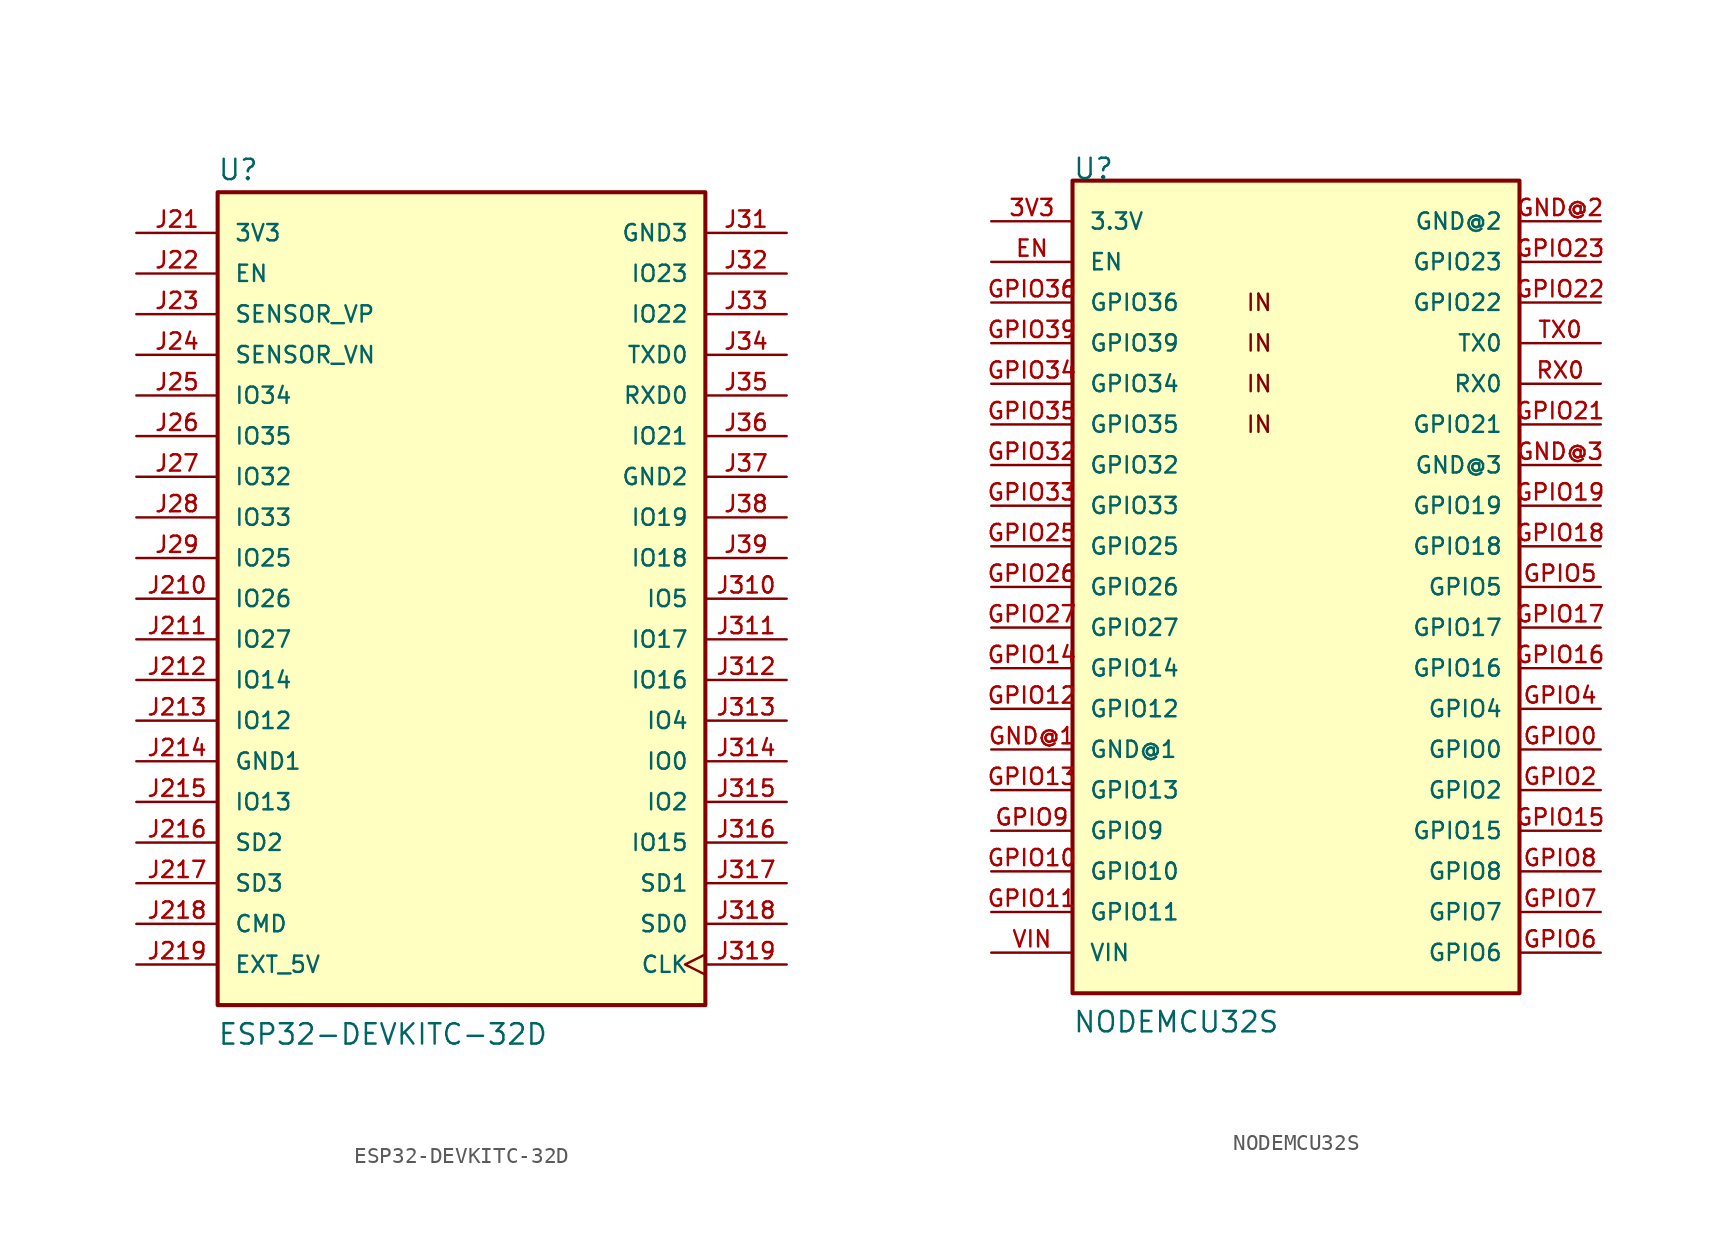
<source format=kicad_sym>
(kicad_symbol_lib
  (version 20211014)
  (generator kicad_symbol_editor)
  (symbol "ESP32-DEVKITC-32D"
    (pin_names
      (offset 1.016))
    (property "Reference" "U"
      (at -15.265 26.06 0)
      (effects (font (size 1.27 1.27)) (justify left bottom)))
    (property "Value" "ESP32-DEVKITC-32D"
      (at -15.265 -27.965 0)
      (effects (font (size 1.27 1.27)) (justify left bottom)))
    (symbol "ESP32-DEVKITC-32D_0_0"
      (rectangle (start -15.24 -25.4) (end 15.24 25.4) (stroke (width 0.254) (type default) (color 0 0 0 0)) (fill (type background)))
      (pin power_in line (at -20.32 22.86 0) (length 5.08) (name "3V3" (effects (font (size 1.016 1.016)))) (number "J21" (effects (font (size 1.016 1.016)))))
      (pin bidirectional line (at -20.32 0 0) (length 5.08) (name "IO26" (effects (font (size 1.016 1.016)))) (number "J210" (effects (font (size 1.016 1.016)))))
      (pin bidirectional line (at -20.32 -2.54 0) (length 5.08) (name "IO27" (effects (font (size 1.016 1.016)))) (number "J211" (effects (font (size 1.016 1.016)))))
      (pin bidirectional line (at -20.32 -5.08 0) (length 5.08) (name "IO14" (effects (font (size 1.016 1.016)))) (number "J212" (effects (font (size 1.016 1.016)))))
      (pin bidirectional line (at -20.32 -7.62 0) (length 5.08) (name "IO12" (effects (font (size 1.016 1.016)))) (number "J213" (effects (font (size 1.016 1.016)))))
      (pin power_in line (at -20.32 -10.16 0) (length 5.08) (name "GND1" (effects (font (size 1.016 1.016)))) (number "J214" (effects (font (size 1.016 1.016)))))
      (pin bidirectional line (at -20.32 -12.7 0) (length 5.08) (name "IO13" (effects (font (size 1.016 1.016)))) (number "J215" (effects (font (size 1.016 1.016)))))
      (pin bidirectional line (at -20.32 -15.24 0) (length 5.08) (name "SD2" (effects (font (size 1.016 1.016)))) (number "J216" (effects (font (size 1.016 1.016)))))
      (pin bidirectional line (at -20.32 -17.78 0) (length 5.08) (name "SD3" (effects (font (size 1.016 1.016)))) (number "J217" (effects (font (size 1.016 1.016)))))
      (pin bidirectional line (at -20.32 -20.32 0) (length 5.08) (name "CMD" (effects (font (size 1.016 1.016)))) (number "J218" (effects (font (size 1.016 1.016)))))
      (pin power_in line (at -20.32 -22.86 0) (length 5.08) (name "EXT_5V" (effects (font (size 1.016 1.016)))) (number "J219" (effects (font (size 1.016 1.016)))))
      (pin input line (at -20.32 20.32 0) (length 5.08) (name "EN" (effects (font (size 1.016 1.016)))) (number "J22" (effects (font (size 1.016 1.016)))))
      (pin input line (at -20.32 17.78 0) (length 5.08) (name "SENSOR_VP" (effects (font (size 1.016 1.016)))) (number "J23" (effects (font (size 1.016 1.016)))))
      (pin input line (at -20.32 15.24 0) (length 5.08) (name "SENSOR_VN" (effects (font (size 1.016 1.016)))) (number "J24" (effects (font (size 1.016 1.016)))))
      (pin bidirectional line (at -20.32 12.7 0) (length 5.08) (name "IO34" (effects (font (size 1.016 1.016)))) (number "J25" (effects (font (size 1.016 1.016)))))
      (pin bidirectional line (at -20.32 10.16 0) (length 5.08) (name "IO35" (effects (font (size 1.016 1.016)))) (number "J26" (effects (font (size 1.016 1.016)))))
      (pin bidirectional line (at -20.32 7.62 0) (length 5.08) (name "IO32" (effects (font (size 1.016 1.016)))) (number "J27" (effects (font (size 1.016 1.016)))))
      (pin bidirectional line (at -20.32 5.08 0) (length 5.08) (name "IO33" (effects (font (size 1.016 1.016)))) (number "J28" (effects (font (size 1.016 1.016)))))
      (pin bidirectional line (at -20.32 2.54 0) (length 5.08) (name "IO25" (effects (font (size 1.016 1.016)))) (number "J29" (effects (font (size 1.016 1.016)))))
      (pin power_in line (at 20.32 22.86 180) (length 5.08) (name "GND3" (effects (font (size 1.016 1.016)))) (number "J31" (effects (font (size 1.016 1.016)))))
      (pin bidirectional line (at 20.32 0 180) (length 5.08) (name "IO5" (effects (font (size 1.016 1.016)))) (number "J310" (effects (font (size 1.016 1.016)))))
      (pin bidirectional line (at 20.32 -2.54 180) (length 5.08) (name "IO17" (effects (font (size 1.016 1.016)))) (number "J311" (effects (font (size 1.016 1.016)))))
      (pin bidirectional line (at 20.32 -5.08 180) (length 5.08) (name "IO16" (effects (font (size 1.016 1.016)))) (number "J312" (effects (font (size 1.016 1.016)))))
      (pin bidirectional line (at 20.32 -7.62 180) (length 5.08) (name "IO4" (effects (font (size 1.016 1.016)))) (number "J313" (effects (font (size 1.016 1.016)))))
      (pin bidirectional line (at 20.32 -10.16 180) (length 5.08) (name "IO0" (effects (font (size 1.016 1.016)))) (number "J314" (effects (font (size 1.016 1.016)))))
      (pin bidirectional line (at 20.32 -12.7 180) (length 5.08) (name "IO2" (effects (font (size 1.016 1.016)))) (number "J315" (effects (font (size 1.016 1.016)))))
      (pin bidirectional line (at 20.32 -15.24 180) (length 5.08) (name "IO15" (effects (font (size 1.016 1.016)))) (number "J316" (effects (font (size 1.016 1.016)))))
      (pin bidirectional line (at 20.32 -17.78 180) (length 5.08) (name "SD1" (effects (font (size 1.016 1.016)))) (number "J317" (effects (font (size 1.016 1.016)))))
      (pin bidirectional line (at 20.32 -20.32 180) (length 5.08) (name "SD0" (effects (font (size 1.016 1.016)))) (number "J318" (effects (font (size 1.016 1.016)))))
      (pin input clock (at 20.32 -22.86 180) (length 5.08) (name "CLK" (effects (font (size 1.016 1.016)))) (number "J319" (effects (font (size 1.016 1.016)))))
      (pin bidirectional line (at 20.32 20.32 180) (length 5.08) (name "IO23" (effects (font (size 1.016 1.016)))) (number "J32" (effects (font (size 1.016 1.016)))))
      (pin bidirectional line (at 20.32 17.78 180) (length 5.08) (name "IO22" (effects (font (size 1.016 1.016)))) (number "J33" (effects (font (size 1.016 1.016)))))
      (pin output line (at 20.32 15.24 180) (length 5.08) (name "TXD0" (effects (font (size 1.016 1.016)))) (number "J34" (effects (font (size 1.016 1.016)))))
      (pin input line (at 20.32 12.7 180) (length 5.08) (name "RXD0" (effects (font (size 1.016 1.016)))) (number "J35" (effects (font (size 1.016 1.016)))))
      (pin bidirectional line (at 20.32 10.16 180) (length 5.08) (name "IO21" (effects (font (size 1.016 1.016)))) (number "J36" (effects (font (size 1.016 1.016)))))
      (pin power_in line (at 20.32 7.62 180) (length 5.08) (name "GND2" (effects (font (size 1.016 1.016)))) (number "J37" (effects (font (size 1.016 1.016)))))
      (pin bidirectional line (at 20.32 5.08 180) (length 5.08) (name "IO19" (effects (font (size 1.016 1.016)))) (number "J38" (effects (font (size 1.016 1.016)))))
      (pin bidirectional line (at 20.32 2.54 180) (length 5.08) (name "IO18" (effects (font (size 1.016 1.016)))) (number "J39" (effects (font (size 1.016 1.016)))))))
  (symbol "NODEMCU32S"
    (pin_names
      (offset 1.016))
    (property "Reference" "U"
      (at -12.7 22.86 0)
      (effects (font (size 1.27 1.27)) (justify left bottom)))
    (property "Value" "NODEMCU32S"
      (at -12.7 -30.48 0)
      (effects (font (size 1.27 1.27)) (justify left bottom)))
    (symbol "NODEMCU32S_0_0"
      (rectangle (start -12.7 -27.94) (end 15.24 22.86) (stroke (width 0.254) (type default) (color 0 0 0 0)) (fill (type background)))
      (text "IN" (at -1.905 7.62 0) (effects (font (size 1.016 1.016)) (justify left)))
      (text "IN" (at -1.905 10.16 0) (effects (font (size 1.016 1.016)) (justify left)))
      (text "IN" (at -1.905 12.7 0) (effects (font (size 1.016 1.016)) (justify left)))
      (text "IN" (at -1.905 15.24 0) (effects (font (size 1.016 1.016)) (justify left)))
      (pin bidirectional line (at -17.78 20.32 0) (length 5.08) (name "3.3V" (effects (font (size 1.016 1.016)))) (number "3V3" (effects (font (size 1.016 1.016)))))
      (pin bidirectional line (at -17.78 17.78 0) (length 5.08) (name "EN" (effects (font (size 1.016 1.016)))) (number "EN" (effects (font (size 1.016 1.016)))))
      (pin bidirectional line (at -17.78 -12.7 0) (length 5.08) (name "GND@1" (effects (font (size 1.016 1.016)))) (number "GND@1" (effects (font (size 1.016 1.016)))))
      (pin bidirectional line (at 20.32 20.32 180) (length 5.08) (name "GND@2" (effects (font (size 1.016 1.016)))) (number "GND@2" (effects (font (size 1.016 1.016)))))
      (pin bidirectional line (at 20.32 5.08 180) (length 5.08) (name "GND@3" (effects (font (size 1.016 1.016)))) (number "GND@3" (effects (font (size 1.016 1.016)))))
      (pin bidirectional line (at 20.32 -12.7 180) (length 5.08) (name "GPIO0" (effects (font (size 1.016 1.016)))) (number "GPIO0" (effects (font (size 1.016 1.016)))))
      (pin bidirectional line (at -17.78 -20.32 0) (length 5.08) (name "GPIO10" (effects (font (size 1.016 1.016)))) (number "GPIO10" (effects (font (size 1.016 1.016)))))
      (pin bidirectional line (at -17.78 -22.86 0) (length 5.08) (name "GPIO11" (effects (font (size 1.016 1.016)))) (number "GPIO11" (effects (font (size 1.016 1.016)))))
      (pin bidirectional line (at -17.78 -10.16 0) (length 5.08) (name "GPIO12" (effects (font (size 1.016 1.016)))) (number "GPIO12" (effects (font (size 1.016 1.016)))))
      (pin bidirectional line (at -17.78 -15.24 0) (length 5.08) (name "GPIO13" (effects (font (size 1.016 1.016)))) (number "GPIO13" (effects (font (size 1.016 1.016)))))
      (pin bidirectional line (at -17.78 -7.62 0) (length 5.08) (name "GPIO14" (effects (font (size 1.016 1.016)))) (number "GPIO14" (effects (font (size 1.016 1.016)))))
      (pin bidirectional line (at 20.32 -17.78 180) (length 5.08) (name "GPIO15" (effects (font (size 1.016 1.016)))) (number "GPIO15" (effects (font (size 1.016 1.016)))))
      (pin bidirectional line (at 20.32 -7.62 180) (length 5.08) (name "GPIO16" (effects (font (size 1.016 1.016)))) (number "GPIO16" (effects (font (size 1.016 1.016)))))
      (pin bidirectional line (at 20.32 -5.08 180) (length 5.08) (name "GPIO17" (effects (font (size 1.016 1.016)))) (number "GPIO17" (effects (font (size 1.016 1.016)))))
      (pin bidirectional line (at 20.32 0 180) (length 5.08) (name "GPIO18" (effects (font (size 1.016 1.016)))) (number "GPIO18" (effects (font (size 1.016 1.016)))))
      (pin bidirectional line (at 20.32 2.54 180) (length 5.08) (name "GPIO19" (effects (font (size 1.016 1.016)))) (number "GPIO19" (effects (font (size 1.016 1.016)))))
      (pin bidirectional line (at 20.32 -15.24 180) (length 5.08) (name "GPIO2" (effects (font (size 1.016 1.016)))) (number "GPIO2" (effects (font (size 1.016 1.016)))))
      (pin bidirectional line (at 20.32 7.62 180) (length 5.08) (name "GPIO21" (effects (font (size 1.016 1.016)))) (number "GPIO21" (effects (font (size 1.016 1.016)))))
      (pin bidirectional line (at 20.32 15.24 180) (length 5.08) (name "GPIO22" (effects (font (size 1.016 1.016)))) (number "GPIO22" (effects (font (size 1.016 1.016)))))
      (pin bidirectional line (at 20.32 17.78 180) (length 5.08) (name "GPIO23" (effects (font (size 1.016 1.016)))) (number "GPIO23" (effects (font (size 1.016 1.016)))))
      (pin bidirectional line (at -17.78 0 0) (length 5.08) (name "GPIO25" (effects (font (size 1.016 1.016)))) (number "GPIO25" (effects (font (size 1.016 1.016)))))
      (pin bidirectional line (at -17.78 -2.54 0) (length 5.08) (name "GPIO26" (effects (font (size 1.016 1.016)))) (number "GPIO26" (effects (font (size 1.016 1.016)))))
      (pin bidirectional line (at -17.78 -5.08 0) (length 5.08) (name "GPIO27" (effects (font (size 1.016 1.016)))) (number "GPIO27" (effects (font (size 1.016 1.016)))))
      (pin bidirectional line (at -17.78 5.08 0) (length 5.08) (name "GPIO32" (effects (font (size 1.016 1.016)))) (number "GPIO32" (effects (font (size 1.016 1.016)))))
      (pin bidirectional line (at -17.78 2.54 0) (length 5.08) (name "GPIO33" (effects (font (size 1.016 1.016)))) (number "GPIO33" (effects (font (size 1.016 1.016)))))
      (pin input line (at -17.78 10.16 0) (length 5.08) (name "GPIO34" (effects (font (size 1.016 1.016)))) (number "GPIO34" (effects (font (size 1.016 1.016)))))
      (pin input line (at -17.78 7.62 0) (length 5.08) (name "GPIO35" (effects (font (size 1.016 1.016)))) (number "GPIO35" (effects (font (size 1.016 1.016)))))
      (pin input line (at -17.78 15.24 0) (length 5.08) (name "GPIO36" (effects (font (size 1.016 1.016)))) (number "GPIO36" (effects (font (size 1.016 1.016)))))
      (pin input line (at -17.78 12.7 0) (length 5.08) (name "GPIO39" (effects (font (size 1.016 1.016)))) (number "GPIO39" (effects (font (size 1.016 1.016)))))
      (pin bidirectional line (at 20.32 -10.16 180) (length 5.08) (name "GPIO4" (effects (font (size 1.016 1.016)))) (number "GPIO4" (effects (font (size 1.016 1.016)))))
      (pin bidirectional line (at 20.32 -2.54 180) (length 5.08) (name "GPIO5" (effects (font (size 1.016 1.016)))) (number "GPIO5" (effects (font (size 1.016 1.016)))))
      (pin bidirectional line (at 20.32 -25.4 180) (length 5.08) (name "GPIO6" (effects (font (size 1.016 1.016)))) (number "GPIO6" (effects (font (size 1.016 1.016)))))
      (pin bidirectional line (at 20.32 -22.86 180) (length 5.08) (name "GPIO7" (effects (font (size 1.016 1.016)))) (number "GPIO7" (effects (font (size 1.016 1.016)))))
      (pin bidirectional line (at 20.32 -20.32 180) (length 5.08) (name "GPIO8" (effects (font (size 1.016 1.016)))) (number "GPIO8" (effects (font (size 1.016 1.016)))))
      (pin bidirectional line (at -17.78 -17.78 0) (length 5.08) (name "GPIO9" (effects (font (size 1.016 1.016)))) (number "GPIO9" (effects (font (size 1.016 1.016)))))
      (pin bidirectional line (at 20.32 10.16 180) (length 5.08) (name "RX0" (effects (font (size 1.016 1.016)))) (number "RX0" (effects (font (size 1.016 1.016)))))
      (pin bidirectional line (at 20.32 12.7 180) (length 5.08) (name "TX0" (effects (font (size 1.016 1.016)))) (number "TX0" (effects (font (size 1.016 1.016)))))
      (pin bidirectional line (at -17.78 -25.4 0) (length 5.08) (name "VIN" (effects (font (size 1.016 1.016)))) (number "VIN" (effects (font (size 1.016 1.016))))))))
</source>
